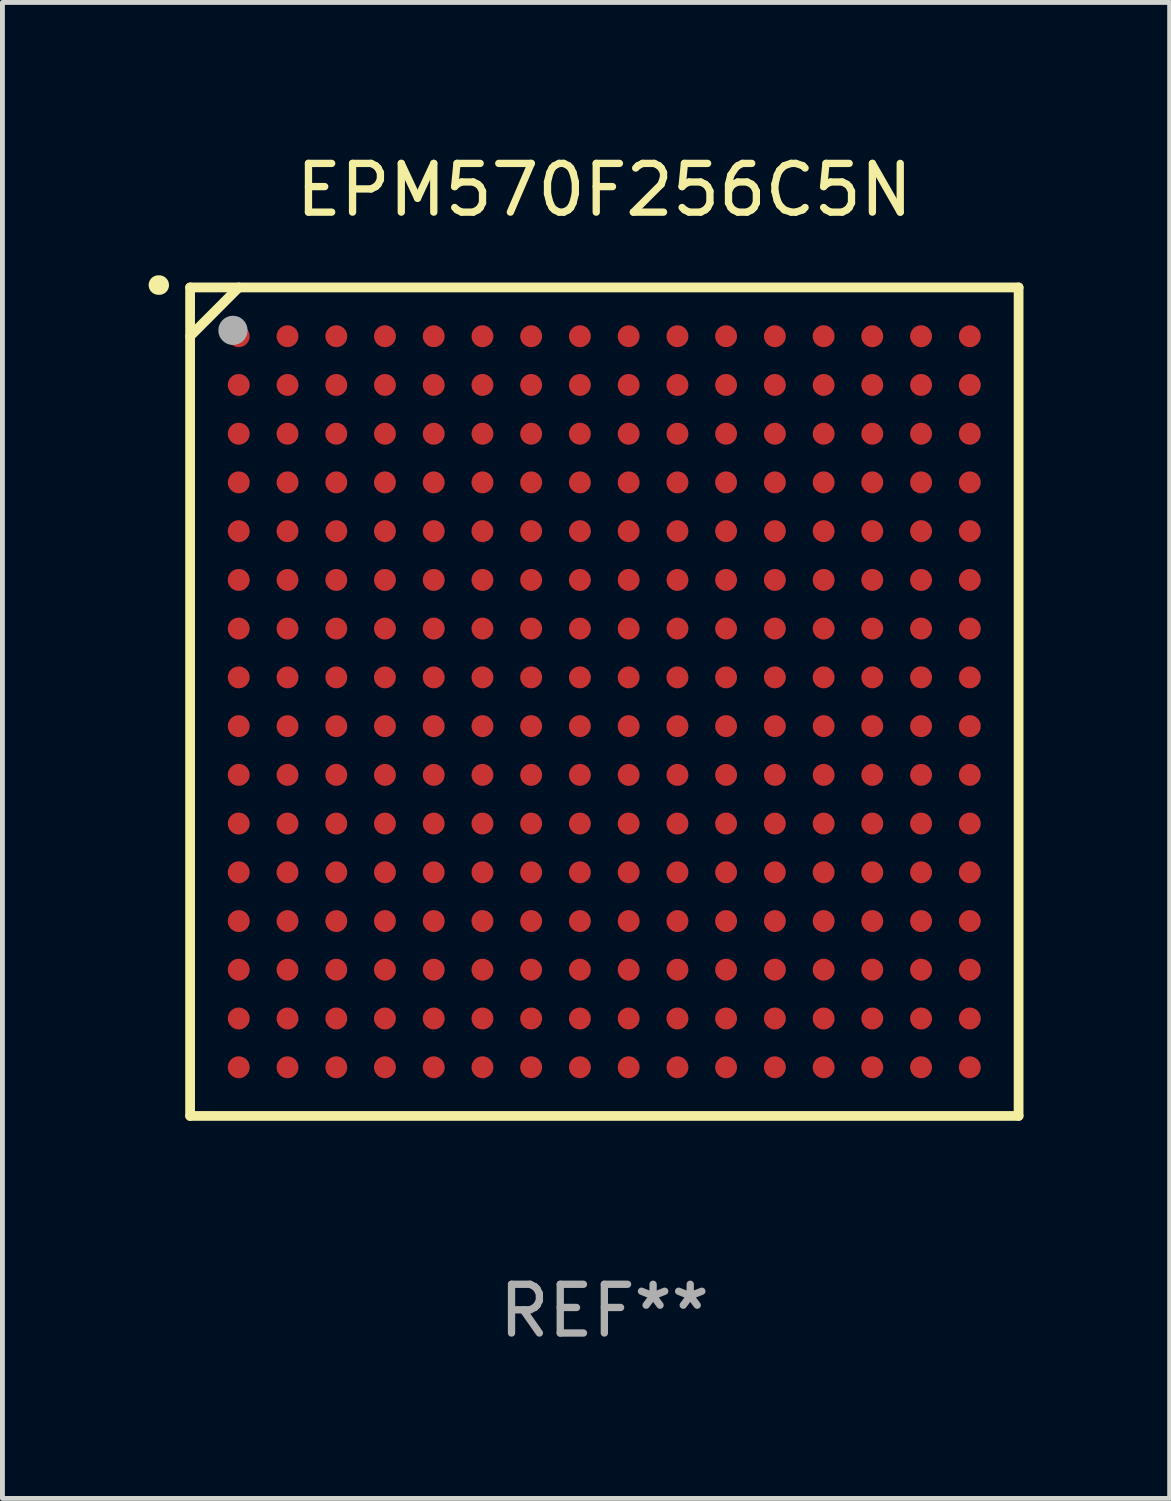
<source format=kicad_pcb>
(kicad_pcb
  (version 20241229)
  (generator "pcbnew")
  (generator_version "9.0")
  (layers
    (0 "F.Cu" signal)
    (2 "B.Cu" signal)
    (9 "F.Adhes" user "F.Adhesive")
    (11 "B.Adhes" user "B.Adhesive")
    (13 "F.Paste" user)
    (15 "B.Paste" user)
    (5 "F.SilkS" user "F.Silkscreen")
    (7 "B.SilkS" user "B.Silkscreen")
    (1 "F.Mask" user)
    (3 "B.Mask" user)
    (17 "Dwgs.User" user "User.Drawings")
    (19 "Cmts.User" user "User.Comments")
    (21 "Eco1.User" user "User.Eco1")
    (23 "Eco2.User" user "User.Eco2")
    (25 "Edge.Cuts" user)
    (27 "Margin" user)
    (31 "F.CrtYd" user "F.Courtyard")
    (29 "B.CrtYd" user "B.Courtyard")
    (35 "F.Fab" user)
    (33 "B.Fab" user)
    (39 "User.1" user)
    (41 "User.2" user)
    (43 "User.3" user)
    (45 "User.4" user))
  (footprint "EPM570F256C5N"
    (layer "F.Cu")
    (at 9.351 11.348)
    (property "Reference" "EPM570F256C5N" (at 0 -10.5 0) (layer "F.SilkS") (effects (font (size 1 1) (thickness 0.15))))
    (attr through_hole)
    (fp_line (start -8.5 -8.5) (end 8.5 -8.5) (stroke (width 0.2) (type solid)) (layer "F.SilkS"))
    (fp_line (start -8.5 -7.499) (end -7.502 -8.5) (stroke (width 0.2) (type solid)) (layer "F.SilkS"))
    (fp_line (start -8.5 8.5) (end -8.5 -8.5) (stroke (width 0.2) (type solid)) (layer "F.SilkS"))
    (fp_line (start 8.5 -8.5) (end 8.5 8.5) (stroke (width 0.2) (type solid)) (layer "F.SilkS"))
    (fp_line (start 8.5 8.5) (end -8.5 8.5) (stroke (width 0.2) (type solid)) (layer "F.SilkS"))
    (fp_arc (start -9.151181 -8.548768) (mid -9.142295 -8.548541) (end -9.133426 -8.547955) (stroke (width 0.4) (type solid)) (layer "F.SilkS"))
    (fp_circle (center -8.501 -8.499) (end -8.471 -8.499) (stroke (width 0.06) (type solid)) (fill no) (layer "F.SilkS"))
    (fp_circle (center -7.621 -7.619) (end -7.471 -7.619) (stroke (width 0.3) (type solid)) (fill no) (layer "F.Fab"))
    (fp_text user "REF**" (at 0 12.5 0) (layer "F.Fab") (effects (font (size 1 1) (thickness 0.15))))
    (pad "A1" smd circle (at -7.502 -7.499) (size 0.45 0.45) (layers "F.Cu" "F.Mask" "F.Paste"))
    (pad "A2" smd circle (at -6.501 -7.499) (size 0.45 0.45) (layers "F.Cu" "F.Mask" "F.Paste"))
    (pad "A3" smd circle (at -5.5 -7.499) (size 0.45 0.45) (layers "F.Cu" "F.Mask" "F.Paste"))
    (pad "A4" smd circle (at -4.502 -7.499) (size 0.45 0.45) (layers "F.Cu" "F.Mask" "F.Paste"))
    (pad "A5" smd circle (at -3.501 -7.499) (size 0.45 0.45) (layers "F.Cu" "F.Mask" "F.Paste"))
    (pad "A6" smd circle (at -2.501 -7.499) (size 0.45 0.45) (layers "F.Cu" "F.Mask" "F.Paste"))
    (pad "A7" smd circle (at -1.502 -7.499) (size 0.45 0.45) (layers "F.Cu" "F.Mask" "F.Paste"))
    (pad "A8" smd circle (at -0.502 -7.499) (size 0.45 0.45) (layers "F.Cu" "F.Mask" "F.Paste"))
    (pad "A9" smd circle (at 0.499 -7.499) (size 0.45 0.45) (layers "F.Cu" "F.Mask" "F.Paste"))
    (pad "A10" smd circle (at 1.5 -7.499) (size 0.45 0.45) (layers "F.Cu" "F.Mask" "F.Paste"))
    (pad "A11" smd circle (at 2.498 -7.499) (size 0.45 0.45) (layers "F.Cu" "F.Mask" "F.Paste"))
    (pad "A12" smd circle (at 3.499 -7.499) (size 0.45 0.45) (layers "F.Cu" "F.Mask" "F.Paste"))
    (pad "A13" smd circle (at 4.5 -7.499) (size 0.45 0.45) (layers "F.Cu" "F.Mask" "F.Paste"))
    (pad "A14" smd circle (at 5.498 -7.499) (size 0.45 0.45) (layers "F.Cu" "F.Mask" "F.Paste"))
    (pad "A15" smd circle (at 6.499 -7.499) (size 0.45 0.45) (layers "F.Cu" "F.Mask" "F.Paste"))
    (pad "A16" smd circle (at 7.499 -7.499) (size 0.45 0.45) (layers "F.Cu" "F.Mask" "F.Paste"))
    (pad "B1" smd circle (at -7.502 -6.499) (size 0.45 0.45) (layers "F.Cu" "F.Mask" "F.Paste"))
    (pad "B2" smd circle (at -6.501 -6.499) (size 0.45 0.45) (layers "F.Cu" "F.Mask" "F.Paste"))
    (pad "B3" smd circle (at -5.5 -6.499) (size 0.45 0.45) (layers "F.Cu" "F.Mask" "F.Paste"))
    (pad "B4" smd circle (at -4.502 -6.499) (size 0.45 0.45) (layers "F.Cu" "F.Mask" "F.Paste"))
    (pad "B5" smd circle (at -3.501 -6.499) (size 0.45 0.45) (layers "F.Cu" "F.Mask" "F.Paste"))
    (pad "B6" smd circle (at -2.501 -6.499) (size 0.45 0.45) (layers "F.Cu" "F.Mask" "F.Paste"))
    (pad "B7" smd circle (at -1.502 -6.499) (size 0.45 0.45) (layers "F.Cu" "F.Mask" "F.Paste"))
    (pad "B8" smd circle (at -0.502 -6.499) (size 0.45 0.45) (layers "F.Cu" "F.Mask" "F.Paste"))
    (pad "B9" smd circle (at 0.499 -6.499) (size 0.45 0.45) (layers "F.Cu" "F.Mask" "F.Paste"))
    (pad "B10" smd circle (at 1.5 -6.499) (size 0.45 0.45) (layers "F.Cu" "F.Mask" "F.Paste"))
    (pad "B11" smd circle (at 2.498 -6.499) (size 0.45 0.45) (layers "F.Cu" "F.Mask" "F.Paste"))
    (pad "B12" smd circle (at 3.499 -6.499) (size 0.45 0.45) (layers "F.Cu" "F.Mask" "F.Paste"))
    (pad "B13" smd circle (at 4.5 -6.499) (size 0.45 0.45) (layers "F.Cu" "F.Mask" "F.Paste"))
    (pad "B14" smd circle (at 5.498 -6.499) (size 0.45 0.45) (layers "F.Cu" "F.Mask" "F.Paste"))
    (pad "B15" smd circle (at 6.499 -6.499) (size 0.45 0.45) (layers "F.Cu" "F.Mask" "F.Paste"))
    (pad "B16" smd circle (at 7.499 -6.499) (size 0.45 0.45) (layers "F.Cu" "F.Mask" "F.Paste"))
    (pad "C1" smd circle (at -7.502 -5.498) (size 0.45 0.45) (layers "F.Cu" "F.Mask" "F.Paste"))
    (pad "C2" smd circle (at -6.501 -5.498) (size 0.45 0.45) (layers "F.Cu" "F.Mask" "F.Paste"))
    (pad "C3" smd circle (at -5.5 -5.498) (size 0.45 0.45) (layers "F.Cu" "F.Mask" "F.Paste"))
    (pad "C4" smd circle (at -4.502 -5.498) (size 0.45 0.45) (layers "F.Cu" "F.Mask" "F.Paste"))
    (pad "C5" smd circle (at -3.501 -5.498) (size 0.45 0.45) (layers "F.Cu" "F.Mask" "F.Paste"))
    (pad "C6" smd circle (at -2.501 -5.498) (size 0.45 0.45) (layers "F.Cu" "F.Mask" "F.Paste"))
    (pad "C7" smd circle (at -1.502 -5.498) (size 0.45 0.45) (layers "F.Cu" "F.Mask" "F.Paste"))
    (pad "C8" smd circle (at -0.502 -5.498) (size 0.45 0.45) (layers "F.Cu" "F.Mask" "F.Paste"))
    (pad "C9" smd circle (at 0.499 -5.498) (size 0.45 0.45) (layers "F.Cu" "F.Mask" "F.Paste"))
    (pad "C10" smd circle (at 1.5 -5.498) (size 0.45 0.45) (layers "F.Cu" "F.Mask" "F.Paste"))
    (pad "C11" smd circle (at 2.498 -5.498) (size 0.45 0.45) (layers "F.Cu" "F.Mask" "F.Paste"))
    (pad "C12" smd circle (at 3.499 -5.498) (size 0.45 0.45) (layers "F.Cu" "F.Mask" "F.Paste"))
    (pad "C13" smd circle (at 4.5 -5.498) (size 0.45 0.45) (layers "F.Cu" "F.Mask" "F.Paste"))
    (pad "C14" smd circle (at 5.498 -5.498) (size 0.45 0.45) (layers "F.Cu" "F.Mask" "F.Paste"))
    (pad "C15" smd circle (at 6.499 -5.498) (size 0.45 0.45) (layers "F.Cu" "F.Mask" "F.Paste"))
    (pad "C16" smd circle (at 7.499 -5.498) (size 0.45 0.45) (layers "F.Cu" "F.Mask" "F.Paste"))
    (pad "D1" smd circle (at -7.502 -4.5) (size 0.45 0.45) (layers "F.Cu" "F.Mask" "F.Paste"))
    (pad "D2" smd circle (at -6.501 -4.5) (size 0.45 0.45) (layers "F.Cu" "F.Mask" "F.Paste"))
    (pad "D3" smd circle (at -5.5 -4.5) (size 0.45 0.45) (layers "F.Cu" "F.Mask" "F.Paste"))
    (pad "D4" smd circle (at -4.502 -4.5) (size 0.45 0.45) (layers "F.Cu" "F.Mask" "F.Paste"))
    (pad "D5" smd circle (at -3.501 -4.5) (size 0.45 0.45) (layers "F.Cu" "F.Mask" "F.Paste"))
    (pad "D6" smd circle (at -2.501 -4.5) (size 0.45 0.45) (layers "F.Cu" "F.Mask" "F.Paste"))
    (pad "D7" smd circle (at -1.502 -4.5) (size 0.45 0.45) (layers "F.Cu" "F.Mask" "F.Paste"))
    (pad "D8" smd circle (at -0.502 -4.5) (size 0.45 0.45) (layers "F.Cu" "F.Mask" "F.Paste"))
    (pad "D9" smd circle (at 0.499 -4.5) (size 0.45 0.45) (layers "F.Cu" "F.Mask" "F.Paste"))
    (pad "D10" smd circle (at 1.5 -4.5) (size 0.45 0.45) (layers "F.Cu" "F.Mask" "F.Paste"))
    (pad "D11" smd circle (at 2.498 -4.5) (size 0.45 0.45) (layers "F.Cu" "F.Mask" "F.Paste"))
    (pad "D12" smd circle (at 3.499 -4.5) (size 0.45 0.45) (layers "F.Cu" "F.Mask" "F.Paste"))
    (pad "D13" smd circle (at 4.5 -4.5) (size 0.45 0.45) (layers "F.Cu" "F.Mask" "F.Paste"))
    (pad "D14" smd circle (at 5.498 -4.5) (size 0.45 0.45) (layers "F.Cu" "F.Mask" "F.Paste"))
    (pad "D15" smd circle (at 6.499 -4.5) (size 0.45 0.45) (layers "F.Cu" "F.Mask" "F.Paste"))
    (pad "D16" smd circle (at 7.499 -4.5) (size 0.45 0.45) (layers "F.Cu" "F.Mask" "F.Paste"))
    (pad "E1" smd circle (at -7.502 -3.499) (size 0.45 0.45) (layers "F.Cu" "F.Mask" "F.Paste"))
    (pad "E2" smd circle (at -6.501 -3.499) (size 0.45 0.45) (layers "F.Cu" "F.Mask" "F.Paste"))
    (pad "E3" smd circle (at -5.5 -3.499) (size 0.45 0.45) (layers "F.Cu" "F.Mask" "F.Paste"))
    (pad "E4" smd circle (at -4.502 -3.499) (size 0.45 0.45) (layers "F.Cu" "F.Mask" "F.Paste"))
    (pad "E5" smd circle (at -3.501 -3.499) (size 0.45 0.45) (layers "F.Cu" "F.Mask" "F.Paste"))
    (pad "E6" smd circle (at -2.501 -3.499) (size 0.45 0.45) (layers "F.Cu" "F.Mask" "F.Paste"))
    (pad "E7" smd circle (at -1.502 -3.499) (size 0.45 0.45) (layers "F.Cu" "F.Mask" "F.Paste"))
    (pad "E8" smd circle (at -0.502 -3.499) (size 0.45 0.45) (layers "F.Cu" "F.Mask" "F.Paste"))
    (pad "E9" smd circle (at 0.499 -3.499) (size 0.45 0.45) (layers "F.Cu" "F.Mask" "F.Paste"))
    (pad "E10" smd circle (at 1.5 -3.499) (size 0.45 0.45) (layers "F.Cu" "F.Mask" "F.Paste"))
    (pad "E11" smd circle (at 2.498 -3.499) (size 0.45 0.45) (layers "F.Cu" "F.Mask" "F.Paste"))
    (pad "E12" smd circle (at 3.499 -3.499) (size 0.45 0.45) (layers "F.Cu" "F.Mask" "F.Paste"))
    (pad "E13" smd circle (at 4.5 -3.499) (size 0.45 0.45) (layers "F.Cu" "F.Mask" "F.Paste"))
    (pad "E14" smd circle (at 5.498 -3.499) (size 0.45 0.45) (layers "F.Cu" "F.Mask" "F.Paste"))
    (pad "E15" smd circle (at 6.499 -3.499) (size 0.45 0.45) (layers "F.Cu" "F.Mask" "F.Paste"))
    (pad "E16" smd circle (at 7.499 -3.499) (size 0.45 0.45) (layers "F.Cu" "F.Mask" "F.Paste"))
    (pad "F1" smd circle (at -7.502 -2.498) (size 0.45 0.45) (layers "F.Cu" "F.Mask" "F.Paste"))
    (pad "F2" smd circle (at -6.501 -2.498) (size 0.45 0.45) (layers "F.Cu" "F.Mask" "F.Paste"))
    (pad "F3" smd circle (at -5.5 -2.498) (size 0.45 0.45) (layers "F.Cu" "F.Mask" "F.Paste"))
    (pad "F4" smd circle (at -4.502 -2.498) (size 0.45 0.45) (layers "F.Cu" "F.Mask" "F.Paste"))
    (pad "F5" smd circle (at -3.501 -2.498) (size 0.45 0.45) (layers "F.Cu" "F.Mask" "F.Paste"))
    (pad "F6" smd circle (at -2.501 -2.498) (size 0.45 0.45) (layers "F.Cu" "F.Mask" "F.Paste"))
    (pad "F7" smd circle (at -1.502 -2.498) (size 0.45 0.45) (layers "F.Cu" "F.Mask" "F.Paste"))
    (pad "F8" smd circle (at -0.502 -2.498) (size 0.45 0.45) (layers "F.Cu" "F.Mask" "F.Paste"))
    (pad "F9" smd circle (at 0.499 -2.498) (size 0.45 0.45) (layers "F.Cu" "F.Mask" "F.Paste"))
    (pad "F10" smd circle (at 1.5 -2.498) (size 0.45 0.45) (layers "F.Cu" "F.Mask" "F.Paste"))
    (pad "F11" smd circle (at 2.498 -2.498) (size 0.45 0.45) (layers "F.Cu" "F.Mask" "F.Paste"))
    (pad "F12" smd circle (at 3.499 -2.498) (size 0.45 0.45) (layers "F.Cu" "F.Mask" "F.Paste"))
    (pad "F13" smd circle (at 4.5 -2.498) (size 0.45 0.45) (layers "F.Cu" "F.Mask" "F.Paste"))
    (pad "F14" smd circle (at 5.498 -2.498) (size 0.45 0.45) (layers "F.Cu" "F.Mask" "F.Paste"))
    (pad "F15" smd circle (at 6.499 -2.498) (size 0.45 0.45) (layers "F.Cu" "F.Mask" "F.Paste"))
    (pad "F16" smd circle (at 7.499 -2.498) (size 0.45 0.45) (layers "F.Cu" "F.Mask" "F.Paste"))
    (pad "G1" smd circle (at -7.502 -1.5) (size 0.45 0.45) (layers "F.Cu" "F.Mask" "F.Paste"))
    (pad "G2" smd circle (at -6.501 -1.5) (size 0.45 0.45) (layers "F.Cu" "F.Mask" "F.Paste"))
    (pad "G3" smd circle (at -5.5 -1.5) (size 0.45 0.45) (layers "F.Cu" "F.Mask" "F.Paste"))
    (pad "G4" smd circle (at -4.502 -1.5) (size 0.45 0.45) (layers "F.Cu" "F.Mask" "F.Paste"))
    (pad "G5" smd circle (at -3.501 -1.5) (size 0.45 0.45) (layers "F.Cu" "F.Mask" "F.Paste"))
    (pad "G6" smd circle (at -2.501 -1.5) (size 0.45 0.45) (layers "F.Cu" "F.Mask" "F.Paste"))
    (pad "G7" smd circle (at -1.502 -1.5) (size 0.45 0.45) (layers "F.Cu" "F.Mask" "F.Paste"))
    (pad "G8" smd circle (at -0.502 -1.5) (size 0.45 0.45) (layers "F.Cu" "F.Mask" "F.Paste"))
    (pad "G9" smd circle (at 0.499 -1.5) (size 0.45 0.45) (layers "F.Cu" "F.Mask" "F.Paste"))
    (pad "G10" smd circle (at 1.5 -1.5) (size 0.45 0.45) (layers "F.Cu" "F.Mask" "F.Paste"))
    (pad "G11" smd circle (at 2.498 -1.5) (size 0.45 0.45) (layers "F.Cu" "F.Mask" "F.Paste"))
    (pad "G12" smd circle (at 3.499 -1.5) (size 0.45 0.45) (layers "F.Cu" "F.Mask" "F.Paste"))
    (pad "G13" smd circle (at 4.5 -1.5) (size 0.45 0.45) (layers "F.Cu" "F.Mask" "F.Paste"))
    (pad "G14" smd circle (at 5.498 -1.5) (size 0.45 0.45) (layers "F.Cu" "F.Mask" "F.Paste"))
    (pad "G15" smd circle (at 6.499 -1.5) (size 0.45 0.45) (layers "F.Cu" "F.Mask" "F.Paste"))
    (pad "G16" smd circle (at 7.499 -1.5) (size 0.45 0.45) (layers "F.Cu" "F.Mask" "F.Paste"))
    (pad "H1" smd circle (at -7.502 -0.499) (size 0.45 0.45) (layers "F.Cu" "F.Mask" "F.Paste"))
    (pad "H2" smd circle (at -6.501 -0.499) (size 0.45 0.45) (layers "F.Cu" "F.Mask" "F.Paste"))
    (pad "H3" smd circle (at -5.5 -0.499) (size 0.45 0.45) (layers "F.Cu" "F.Mask" "F.Paste"))
    (pad "H4" smd circle (at -4.502 -0.499) (size 0.45 0.45) (layers "F.Cu" "F.Mask" "F.Paste"))
    (pad "H5" smd circle (at -3.501 -0.499) (size 0.45 0.45) (layers "F.Cu" "F.Mask" "F.Paste"))
    (pad "H6" smd circle (at -2.501 -0.499) (size 0.45 0.45) (layers "F.Cu" "F.Mask" "F.Paste"))
    (pad "H7" smd circle (at -1.502 -0.499) (size 0.45 0.45) (layers "F.Cu" "F.Mask" "F.Paste"))
    (pad "H8" smd circle (at -0.502 -0.499) (size 0.45 0.45) (layers "F.Cu" "F.Mask" "F.Paste"))
    (pad "H9" smd circle (at 0.499 -0.499) (size 0.45 0.45) (layers "F.Cu" "F.Mask" "F.Paste"))
    (pad "H10" smd circle (at 1.5 -0.499) (size 0.45 0.45) (layers "F.Cu" "F.Mask" "F.Paste"))
    (pad "H11" smd circle (at 2.498 -0.499) (size 0.45 0.45) (layers "F.Cu" "F.Mask" "F.Paste"))
    (pad "H12" smd circle (at 3.499 -0.499) (size 0.45 0.45) (layers "F.Cu" "F.Mask" "F.Paste"))
    (pad "H13" smd circle (at 4.5 -0.499) (size 0.45 0.45) (layers "F.Cu" "F.Mask" "F.Paste"))
    (pad "H14" smd circle (at 5.498 -0.499) (size 0.45 0.45) (layers "F.Cu" "F.Mask" "F.Paste"))
    (pad "H15" smd circle (at 6.499 -0.499) (size 0.45 0.45) (layers "F.Cu" "F.Mask" "F.Paste"))
    (pad "H16" smd circle (at 7.499 -0.499) (size 0.45 0.45) (layers "F.Cu" "F.Mask" "F.Paste"))
    (pad "J1" smd circle (at -7.502 0.502) (size 0.45 0.45) (layers "F.Cu" "F.Mask" "F.Paste"))
    (pad "J2" smd circle (at -6.501 0.502) (size 0.45 0.45) (layers "F.Cu" "F.Mask" "F.Paste"))
    (pad "J3" smd circle (at -5.5 0.502) (size 0.45 0.45) (layers "F.Cu" "F.Mask" "F.Paste"))
    (pad "J4" smd circle (at -4.502 0.502) (size 0.45 0.45) (layers "F.Cu" "F.Mask" "F.Paste"))
    (pad "J5" smd circle (at -3.501 0.502) (size 0.45 0.45) (layers "F.Cu" "F.Mask" "F.Paste"))
    (pad "J6" smd circle (at -2.501 0.502) (size 0.45 0.45) (layers "F.Cu" "F.Mask" "F.Paste"))
    (pad "J7" smd circle (at -1.502 0.502) (size 0.45 0.45) (layers "F.Cu" "F.Mask" "F.Paste"))
    (pad "J8" smd circle (at -0.502 0.502) (size 0.45 0.45) (layers "F.Cu" "F.Mask" "F.Paste"))
    (pad "J9" smd circle (at 0.499 0.502) (size 0.45 0.45) (layers "F.Cu" "F.Mask" "F.Paste"))
    (pad "J10" smd circle (at 1.5 0.502) (size 0.45 0.45) (layers "F.Cu" "F.Mask" "F.Paste"))
    (pad "J11" smd circle (at 2.498 0.502) (size 0.45 0.45) (layers "F.Cu" "F.Mask" "F.Paste"))
    (pad "J12" smd circle (at 3.499 0.502) (size 0.45 0.45) (layers "F.Cu" "F.Mask" "F.Paste"))
    (pad "J13" smd circle (at 4.5 0.502) (size 0.45 0.45) (layers "F.Cu" "F.Mask" "F.Paste"))
    (pad "J14" smd circle (at 5.498 0.502) (size 0.45 0.45) (layers "F.Cu" "F.Mask" "F.Paste"))
    (pad "J15" smd circle (at 6.499 0.502) (size 0.45 0.45) (layers "F.Cu" "F.Mask" "F.Paste"))
    (pad "J16" smd circle (at 7.499 0.502) (size 0.45 0.45) (layers "F.Cu" "F.Mask" "F.Paste"))
    (pad "K1" smd circle (at -7.502 1.502) (size 0.45 0.45) (layers "F.Cu" "F.Mask" "F.Paste"))
    (pad "K2" smd circle (at -6.501 1.502) (size 0.45 0.45) (layers "F.Cu" "F.Mask" "F.Paste"))
    (pad "K3" smd circle (at -5.5 1.502) (size 0.45 0.45) (layers "F.Cu" "F.Mask" "F.Paste"))
    (pad "K4" smd circle (at -4.502 1.502) (size 0.45 0.45) (layers "F.Cu" "F.Mask" "F.Paste"))
    (pad "K5" smd circle (at -3.501 1.502) (size 0.45 0.45) (layers "F.Cu" "F.Mask" "F.Paste"))
    (pad "K6" smd circle (at -2.501 1.502) (size 0.45 0.45) (layers "F.Cu" "F.Mask" "F.Paste"))
    (pad "K7" smd circle (at -1.502 1.502) (size 0.45 0.45) (layers "F.Cu" "F.Mask" "F.Paste"))
    (pad "K8" smd circle (at -0.502 1.502) (size 0.45 0.45) (layers "F.Cu" "F.Mask" "F.Paste"))
    (pad "K9" smd circle (at 0.499 1.502) (size 0.45 0.45) (layers "F.Cu" "F.Mask" "F.Paste"))
    (pad "K10" smd circle (at 1.5 1.502) (size 0.45 0.45) (layers "F.Cu" "F.Mask" "F.Paste"))
    (pad "K11" smd circle (at 2.498 1.502) (size 0.45 0.45) (layers "F.Cu" "F.Mask" "F.Paste"))
    (pad "K12" smd circle (at 3.499 1.502) (size 0.45 0.45) (layers "F.Cu" "F.Mask" "F.Paste"))
    (pad "K13" smd circle (at 4.5 1.502) (size 0.45 0.45) (layers "F.Cu" "F.Mask" "F.Paste"))
    (pad "K14" smd circle (at 5.498 1.502) (size 0.45 0.45) (layers "F.Cu" "F.Mask" "F.Paste"))
    (pad "K15" smd circle (at 6.499 1.502) (size 0.45 0.45) (layers "F.Cu" "F.Mask" "F.Paste"))
    (pad "K16" smd circle (at 7.499 1.502) (size 0.45 0.45) (layers "F.Cu" "F.Mask" "F.Paste"))
    (pad "L1" smd circle (at -7.502 2.501) (size 0.45 0.45) (layers "F.Cu" "F.Mask" "F.Paste"))
    (pad "L2" smd circle (at -6.501 2.501) (size 0.45 0.45) (layers "F.Cu" "F.Mask" "F.Paste"))
    (pad "L3" smd circle (at -5.5 2.501) (size 0.45 0.45) (layers "F.Cu" "F.Mask" "F.Paste"))
    (pad "L4" smd circle (at -4.502 2.501) (size 0.45 0.45) (layers "F.Cu" "F.Mask" "F.Paste"))
    (pad "L5" smd circle (at -3.501 2.501) (size 0.45 0.45) (layers "F.Cu" "F.Mask" "F.Paste"))
    (pad "L6" smd circle (at -2.501 2.501) (size 0.45 0.45) (layers "F.Cu" "F.Mask" "F.Paste"))
    (pad "L7" smd circle (at -1.502 2.501) (size 0.45 0.45) (layers "F.Cu" "F.Mask" "F.Paste"))
    (pad "L8" smd circle (at -0.502 2.501) (size 0.45 0.45) (layers "F.Cu" "F.Mask" "F.Paste"))
    (pad "L9" smd circle (at 0.499 2.501) (size 0.45 0.45) (layers "F.Cu" "F.Mask" "F.Paste"))
    (pad "L10" smd circle (at 1.5 2.501) (size 0.45 0.45) (layers "F.Cu" "F.Mask" "F.Paste"))
    (pad "L11" smd circle (at 2.498 2.501) (size 0.45 0.45) (layers "F.Cu" "F.Mask" "F.Paste"))
    (pad "L12" smd circle (at 3.499 2.501) (size 0.45 0.45) (layers "F.Cu" "F.Mask" "F.Paste"))
    (pad "L13" smd circle (at 4.5 2.501) (size 0.45 0.45) (layers "F.Cu" "F.Mask" "F.Paste"))
    (pad "L14" smd circle (at 5.498 2.501) (size 0.45 0.45) (layers "F.Cu" "F.Mask" "F.Paste"))
    (pad "L15" smd circle (at 6.499 2.501) (size 0.45 0.45) (layers "F.Cu" "F.Mask" "F.Paste"))
    (pad "L16" smd circle (at 7.499 2.501) (size 0.45 0.45) (layers "F.Cu" "F.Mask" "F.Paste"))
    (pad "M1" smd circle (at -7.502 3.501) (size 0.45 0.45) (layers "F.Cu" "F.Mask" "F.Paste"))
    (pad "M2" smd circle (at -6.501 3.501) (size 0.45 0.45) (layers "F.Cu" "F.Mask" "F.Paste"))
    (pad "M3" smd circle (at -5.5 3.501) (size 0.45 0.45) (layers "F.Cu" "F.Mask" "F.Paste"))
    (pad "M4" smd circle (at -4.502 3.501) (size 0.45 0.45) (layers "F.Cu" "F.Mask" "F.Paste"))
    (pad "M5" smd circle (at -3.501 3.501) (size 0.45 0.45) (layers "F.Cu" "F.Mask" "F.Paste"))
    (pad "M6" smd circle (at -2.501 3.501) (size 0.45 0.45) (layers "F.Cu" "F.Mask" "F.Paste"))
    (pad "M7" smd circle (at -1.502 3.501) (size 0.45 0.45) (layers "F.Cu" "F.Mask" "F.Paste"))
    (pad "M8" smd circle (at -0.502 3.501) (size 0.45 0.45) (layers "F.Cu" "F.Mask" "F.Paste"))
    (pad "M9" smd circle (at 0.499 3.501) (size 0.45 0.45) (layers "F.Cu" "F.Mask" "F.Paste"))
    (pad "M10" smd circle (at 1.5 3.501) (size 0.45 0.45) (layers "F.Cu" "F.Mask" "F.Paste"))
    (pad "M11" smd circle (at 2.498 3.501) (size 0.45 0.45) (layers "F.Cu" "F.Mask" "F.Paste"))
    (pad "M12" smd circle (at 3.499 3.501) (size 0.45 0.45) (layers "F.Cu" "F.Mask" "F.Paste"))
    (pad "M13" smd circle (at 4.5 3.501) (size 0.45 0.45) (layers "F.Cu" "F.Mask" "F.Paste"))
    (pad "M14" smd circle (at 5.498 3.501) (size 0.45 0.45) (layers "F.Cu" "F.Mask" "F.Paste"))
    (pad "M15" smd circle (at 6.499 3.501) (size 0.45 0.45) (layers "F.Cu" "F.Mask" "F.Paste"))
    (pad "M16" smd circle (at 7.499 3.501) (size 0.45 0.45) (layers "F.Cu" "F.Mask" "F.Paste"))
    (pad "N1" smd circle (at -7.502 4.502) (size 0.45 0.45) (layers "F.Cu" "F.Mask" "F.Paste"))
    (pad "N2" smd circle (at -6.501 4.502) (size 0.45 0.45) (layers "F.Cu" "F.Mask" "F.Paste"))
    (pad "N3" smd circle (at -5.5 4.502) (size 0.45 0.45) (layers "F.Cu" "F.Mask" "F.Paste"))
    (pad "N4" smd circle (at -4.502 4.502) (size 0.45 0.45) (layers "F.Cu" "F.Mask" "F.Paste"))
    (pad "N5" smd circle (at -3.501 4.502) (size 0.45 0.45) (layers "F.Cu" "F.Mask" "F.Paste"))
    (pad "N6" smd circle (at -2.501 4.502) (size 0.45 0.45) (layers "F.Cu" "F.Mask" "F.Paste"))
    (pad "N7" smd circle (at -1.502 4.502) (size 0.45 0.45) (layers "F.Cu" "F.Mask" "F.Paste"))
    (pad "N8" smd circle (at -0.502 4.502) (size 0.45 0.45) (layers "F.Cu" "F.Mask" "F.Paste"))
    (pad "N9" smd circle (at 0.499 4.502) (size 0.45 0.45) (layers "F.Cu" "F.Mask" "F.Paste"))
    (pad "N10" smd circle (at 1.5 4.502) (size 0.45 0.45) (layers "F.Cu" "F.Mask" "F.Paste"))
    (pad "N11" smd circle (at 2.498 4.502) (size 0.45 0.45) (layers "F.Cu" "F.Mask" "F.Paste"))
    (pad "N12" smd circle (at 3.499 4.502) (size 0.45 0.45) (layers "F.Cu" "F.Mask" "F.Paste"))
    (pad "N13" smd circle (at 4.5 4.502) (size 0.45 0.45) (layers "F.Cu" "F.Mask" "F.Paste"))
    (pad "N14" smd circle (at 5.498 4.502) (size 0.45 0.45) (layers "F.Cu" "F.Mask" "F.Paste"))
    (pad "N15" smd circle (at 6.499 4.502) (size 0.45 0.45) (layers "F.Cu" "F.Mask" "F.Paste"))
    (pad "N16" smd circle (at 7.499 4.502) (size 0.45 0.45) (layers "F.Cu" "F.Mask" "F.Paste"))
    (pad "P1" smd circle (at -7.502 5.5) (size 0.45 0.45) (layers "F.Cu" "F.Mask" "F.Paste"))
    (pad "P2" smd circle (at -6.501 5.5) (size 0.45 0.45) (layers "F.Cu" "F.Mask" "F.Paste"))
    (pad "P3" smd circle (at -5.5 5.5) (size 0.45 0.45) (layers "F.Cu" "F.Mask" "F.Paste"))
    (pad "P4" smd circle (at -4.502 5.5) (size 0.45 0.45) (layers "F.Cu" "F.Mask" "F.Paste"))
    (pad "P5" smd circle (at -3.501 5.5) (size 0.45 0.45) (layers "F.Cu" "F.Mask" "F.Paste"))
    (pad "P6" smd circle (at -2.501 5.5) (size 0.45 0.45) (layers "F.Cu" "F.Mask" "F.Paste"))
    (pad "P7" smd circle (at -1.502 5.5) (size 0.45 0.45) (layers "F.Cu" "F.Mask" "F.Paste"))
    (pad "P8" smd circle (at -0.502 5.5) (size 0.45 0.45) (layers "F.Cu" "F.Mask" "F.Paste"))
    (pad "P9" smd circle (at 0.499 5.5) (size 0.45 0.45) (layers "F.Cu" "F.Mask" "F.Paste"))
    (pad "P10" smd circle (at 1.5 5.5) (size 0.45 0.45) (layers "F.Cu" "F.Mask" "F.Paste"))
    (pad "P11" smd circle (at 2.498 5.5) (size 0.45 0.45) (layers "F.Cu" "F.Mask" "F.Paste"))
    (pad "P12" smd circle (at 3.499 5.5) (size 0.45 0.45) (layers "F.Cu" "F.Mask" "F.Paste"))
    (pad "P13" smd circle (at 4.5 5.5) (size 0.45 0.45) (layers "F.Cu" "F.Mask" "F.Paste"))
    (pad "P14" smd circle (at 5.498 5.5) (size 0.45 0.45) (layers "F.Cu" "F.Mask" "F.Paste"))
    (pad "P15" smd circle (at 6.499 5.5) (size 0.45 0.45) (layers "F.Cu" "F.Mask" "F.Paste"))
    (pad "P16" smd circle (at 7.499 5.5) (size 0.45 0.45) (layers "F.Cu" "F.Mask" "F.Paste"))
    (pad "R1" smd circle (at -7.502 6.501) (size 0.45 0.45) (layers "F.Cu" "F.Mask" "F.Paste"))
    (pad "R2" smd circle (at -6.501 6.501) (size 0.45 0.45) (layers "F.Cu" "F.Mask" "F.Paste"))
    (pad "R3" smd circle (at -5.5 6.501) (size 0.45 0.45) (layers "F.Cu" "F.Mask" "F.Paste"))
    (pad "R4" smd circle (at -4.502 6.501) (size 0.45 0.45) (layers "F.Cu" "F.Mask" "F.Paste"))
    (pad "R5" smd circle (at -3.501 6.501) (size 0.45 0.45) (layers "F.Cu" "F.Mask" "F.Paste"))
    (pad "R6" smd circle (at -2.501 6.501) (size 0.45 0.45) (layers "F.Cu" "F.Mask" "F.Paste"))
    (pad "R7" smd circle (at -1.502 6.501) (size 0.45 0.45) (layers "F.Cu" "F.Mask" "F.Paste"))
    (pad "R8" smd circle (at -0.502 6.501) (size 0.45 0.45) (layers "F.Cu" "F.Mask" "F.Paste"))
    (pad "R9" smd circle (at 0.499 6.501) (size 0.45 0.45) (layers "F.Cu" "F.Mask" "F.Paste"))
    (pad "R10" smd circle (at 1.5 6.501) (size 0.45 0.45) (layers "F.Cu" "F.Mask" "F.Paste"))
    (pad "R11" smd circle (at 2.498 6.501) (size 0.45 0.45) (layers "F.Cu" "F.Mask" "F.Paste"))
    (pad "R12" smd circle (at 3.499 6.501) (size 0.45 0.45) (layers "F.Cu" "F.Mask" "F.Paste"))
    (pad "R13" smd circle (at 4.5 6.501) (size 0.45 0.45) (layers "F.Cu" "F.Mask" "F.Paste"))
    (pad "R14" smd circle (at 5.498 6.501) (size 0.45 0.45) (layers "F.Cu" "F.Mask" "F.Paste"))
    (pad "R15" smd circle (at 6.499 6.501) (size 0.45 0.45) (layers "F.Cu" "F.Mask" "F.Paste"))
    (pad "R16" smd circle (at 7.499 6.501) (size 0.45 0.45) (layers "F.Cu" "F.Mask" "F.Paste"))
    (pad "T1" smd circle (at -7.502 7.502) (size 0.45 0.45) (layers "F.Cu" "F.Mask" "F.Paste"))
    (pad "T2" smd circle (at -6.501 7.502) (size 0.45 0.45) (layers "F.Cu" "F.Mask" "F.Paste"))
    (pad "T3" smd circle (at -5.5 7.502) (size 0.45 0.45) (layers "F.Cu" "F.Mask" "F.Paste"))
    (pad "T4" smd circle (at -4.502 7.502) (size 0.45 0.45) (layers "F.Cu" "F.Mask" "F.Paste"))
    (pad "T5" smd circle (at -3.501 7.502) (size 0.45 0.45) (layers "F.Cu" "F.Mask" "F.Paste"))
    (pad "T6" smd circle (at -2.501 7.502) (size 0.45 0.45) (layers "F.Cu" "F.Mask" "F.Paste"))
    (pad "T7" smd circle (at -1.502 7.502) (size 0.45 0.45) (layers "F.Cu" "F.Mask" "F.Paste"))
    (pad "T8" smd circle (at -0.502 7.502) (size 0.45 0.45) (layers "F.Cu" "F.Mask" "F.Paste"))
    (pad "T9" smd circle (at 0.499 7.502) (size 0.45 0.45) (layers "F.Cu" "F.Mask" "F.Paste"))
    (pad "T10" smd circle (at 1.5 7.502) (size 0.45 0.45) (layers "F.Cu" "F.Mask" "F.Paste"))
    (pad "T11" smd circle (at 2.498 7.502) (size 0.45 0.45) (layers "F.Cu" "F.Mask" "F.Paste"))
    (pad "T12" smd circle (at 3.499 7.502) (size 0.45 0.45) (layers "F.Cu" "F.Mask" "F.Paste"))
    (pad "T13" smd circle (at 4.5 7.502) (size 0.45 0.45) (layers "F.Cu" "F.Mask" "F.Paste"))
    (pad "T14" smd circle (at 5.498 7.502) (size 0.45 0.45) (layers "F.Cu" "F.Mask" "F.Paste"))
    (pad "T15" smd circle (at 6.499 7.502) (size 0.45 0.45) (layers "F.Cu" "F.Mask" "F.Paste"))
    (pad "T16" smd circle (at 7.499 7.502) (size 0.45 0.45) (layers "F.Cu" "F.Mask" "F.Paste")))
  (gr_rect
    (start -3 -3)
    (end 20.951 27.697)
    (stroke (width 0.1) (type default))
    (fill no)
    (layer "Edge.Cuts")))
</source>
